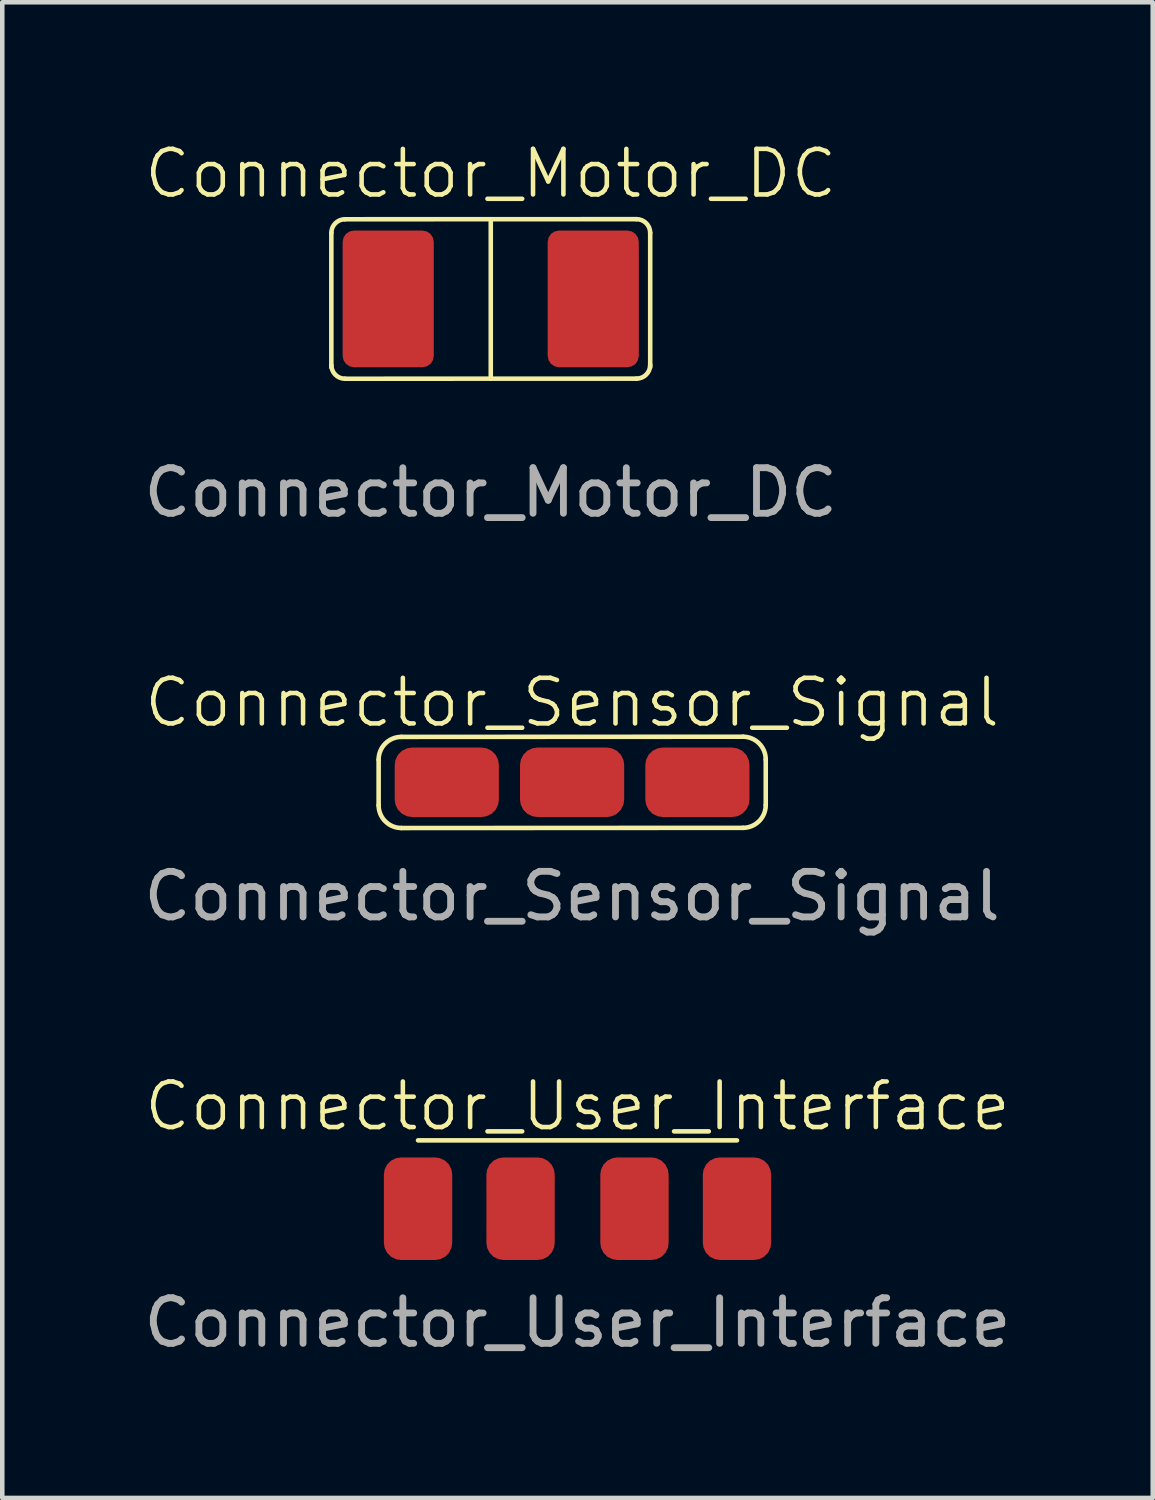
<source format=kicad_pcb>
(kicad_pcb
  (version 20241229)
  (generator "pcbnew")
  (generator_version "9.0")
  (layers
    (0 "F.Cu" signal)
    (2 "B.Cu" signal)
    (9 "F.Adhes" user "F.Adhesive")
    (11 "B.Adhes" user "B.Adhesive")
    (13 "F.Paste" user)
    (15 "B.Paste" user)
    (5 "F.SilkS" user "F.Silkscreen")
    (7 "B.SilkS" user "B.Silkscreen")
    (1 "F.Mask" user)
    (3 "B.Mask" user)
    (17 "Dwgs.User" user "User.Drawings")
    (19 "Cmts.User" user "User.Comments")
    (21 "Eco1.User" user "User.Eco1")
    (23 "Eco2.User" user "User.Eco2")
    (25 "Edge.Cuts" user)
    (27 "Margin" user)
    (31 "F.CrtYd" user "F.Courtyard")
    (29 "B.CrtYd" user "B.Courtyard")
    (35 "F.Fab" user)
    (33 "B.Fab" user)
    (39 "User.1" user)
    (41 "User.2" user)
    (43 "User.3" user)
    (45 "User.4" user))
  (footprint "Connector_Motor_DC"
    (layer "F.Cu")
    (at 7.72 3.51)
    (property "Reference" "Connector_Motor_DC" (at 0 -2.75 0) (unlocked yes) (layer "F.SilkS") (effects (font (size 1 1) (thickness 0.1))))
    (attr smd)
    (fp_line (start -3.498 -1.448) (end -3.498 1.502) (stroke (width 0.1) (type default)) (layer "F.SilkS"))
    (fp_line (start -3.198 -1.748) (end 3.2 -1.75) (stroke (width 0.1) (type default)) (layer "F.SilkS"))
    (fp_line (start 0.001 1.751) (end 0.001 -1.749) (stroke (width 0.1) (type default)) (layer "F.SilkS"))
    (fp_line (start 3.2 1.75) (end -3.198 1.752) (stroke (width 0.1) (type default)) (layer "F.SilkS"))
    (fp_line (start 3.5 -1.45) (end 3.5 1.5) (stroke (width 0.1) (type default)) (layer "F.SilkS"))
    (fp_arc (start -3.497868 -1.447868) (mid -3.41 -1.66) (end -3.197868 -1.747868) (stroke (width 0.1) (type default)) (layer "F.SilkS"))
    (fp_arc (start -3.197868 1.752132) (mid -3.41 1.664264) (end -3.497868 1.452132) (stroke (width 0.1) (type default)) (layer "F.SilkS"))
    (fp_arc (start 3.2 -1.75) (mid 3.412132 -1.662132) (end 3.5 -1.45) (stroke (width 0.1) (type default)) (layer "F.SilkS"))
    (fp_arc (start 3.5 1.45) (mid 3.412132 1.662132) (end 3.2 1.75) (stroke (width 0.1) (type default)) (layer "F.SilkS"))
    (fp_rect (start -3.5 -1.75) (end 3.5 1.75) (stroke (width 0.1) (type default)) (fill no) (layer "User.7"))
    (fp_text user "${REFERENCE}" (at 0 4.25 0) (unlocked yes) (layer "F.Fab") (effects (font (size 1 1) (thickness 0.15))))
    (pad "1" smd roundrect (at -2.25 0) (size 2 3) (layers "F.Cu" "F.Mask" "F.Paste") (roundrect_rratio 0.125))
    (pad "2" smd roundrect (at 2.25 0) (size 2 3) (layers "F.Cu" "F.Mask" "F.Paste") (roundrect_rratio 0.125)))
  (footprint "Connector_Sensor_Signal"
    (layer "F.Cu")
    (at 9.506 14.119)
    (property "Reference" "Connector_Sensor_Signal" (at 0 -1.75 0) (unlocked yes) (layer "F.SilkS") (effects (font (size 1 1) (thickness 0.1))))
    (attr smd)
    (fp_line (start -4.246 -0.496) (end -4.246 0.504) (stroke (width 0.1) (type default)) (layer "F.SilkS"))
    (fp_line (start -3.746 1.004) (end 3.75 1) (stroke (width 0.1) (type default)) (layer "F.SilkS"))
    (fp_line (start 3.75 -1) (end -3.746 -0.996) (stroke (width 0.1) (type default)) (layer "F.SilkS"))
    (fp_line (start 4.25 -0.5) (end 4.25 0.5) (stroke (width 0.1) (type default)) (layer "F.SilkS"))
    (fp_arc (start -4.246447 -0.496447) (mid -4.1 -0.85) (end -3.746447 -0.996447) (stroke (width 0.1) (type default)) (layer "F.SilkS"))
    (fp_arc (start -3.746448 1.003554) (mid -4.100001 0.857107) (end -4.246448 0.503554) (stroke (width 0.1) (type default)) (layer "F.SilkS"))
    (fp_arc (start 3.750001 -1.000001) (mid 4.103554 -0.853554) (end 4.250001 -0.500001) (stroke (width 0.1) (type default)) (layer "F.SilkS"))
    (fp_arc (start 4.25 0.5) (mid 4.103553 0.853553) (end 3.75 1) (stroke (width 0.1) (type default)) (layer "F.SilkS"))
    (fp_text user "${REFERENCE}" (at 0 2.5 0) (unlocked yes) (layer "F.Fab") (effects (font (size 1 1) (thickness 0.15))))
    (pad "1" smd roundrect (at -2.75 0) (size 2.286 1.524) (layers "F.Cu" "F.Mask" "F.Paste") (roundrect_rratio 0.25))
    (pad "2" smd roundrect (at 0 0) (size 2.286 1.524) (layers "F.Cu" "F.Mask" "F.Paste") (roundrect_rratio 0.25))
    (pad "3" smd roundrect (at 2.75 0) (size 2.286 1.524) (layers "F.Cu" "F.Mask" "F.Paste") (roundrect_rratio 0.25)))
  (footprint "Connector_User_Interface"
    (layer "F.Cu")
    (at 9.625 23.478)
    (property "Reference" "Connector_User_Interface" (at 0 -2.25 0) (unlocked yes) (layer "F.SilkS") (effects (font (size 1 1) (thickness 0.1))))
    (attr smd)
    (fp_line (start -3.5 -1.5) (end 3.5 -1.5) (stroke (width 0.1) (type default)) (layer "F.SilkS"))
    (fp_text user "${REFERENCE}" (at 0 2.5 0) (unlocked yes) (layer "F.Fab") (effects (font (size 1 1) (thickness 0.15))))
    (pad "1" smd roundrect (at -3.5 0) (size 1.5 2.25) (layers "F.Cu" "F.Mask" "F.Paste") (roundrect_rratio 0.25))
    (pad "2" smd roundrect (at -1.25 0) (size 1.5 2.25) (layers "F.Cu" "F.Mask" "F.Paste") (roundrect_rratio 0.25))
    (pad "3" smd roundrect (at 1.25 0) (size 1.5 2.25) (layers "F.Cu" "F.Mask" "F.Paste") (roundrect_rratio 0.25))
    (pad "4" smd roundrect (at 3.5 0) (size 1.5 2.25) (layers "F.Cu" "F.Mask" "F.Paste") (roundrect_rratio 0.25)))
  (gr_rect
    (start -3 -3)
    (end 22.25 29.826)
    (stroke (width 0.1) (type default))
    (fill no)
    (layer "Edge.Cuts")))
</source>
